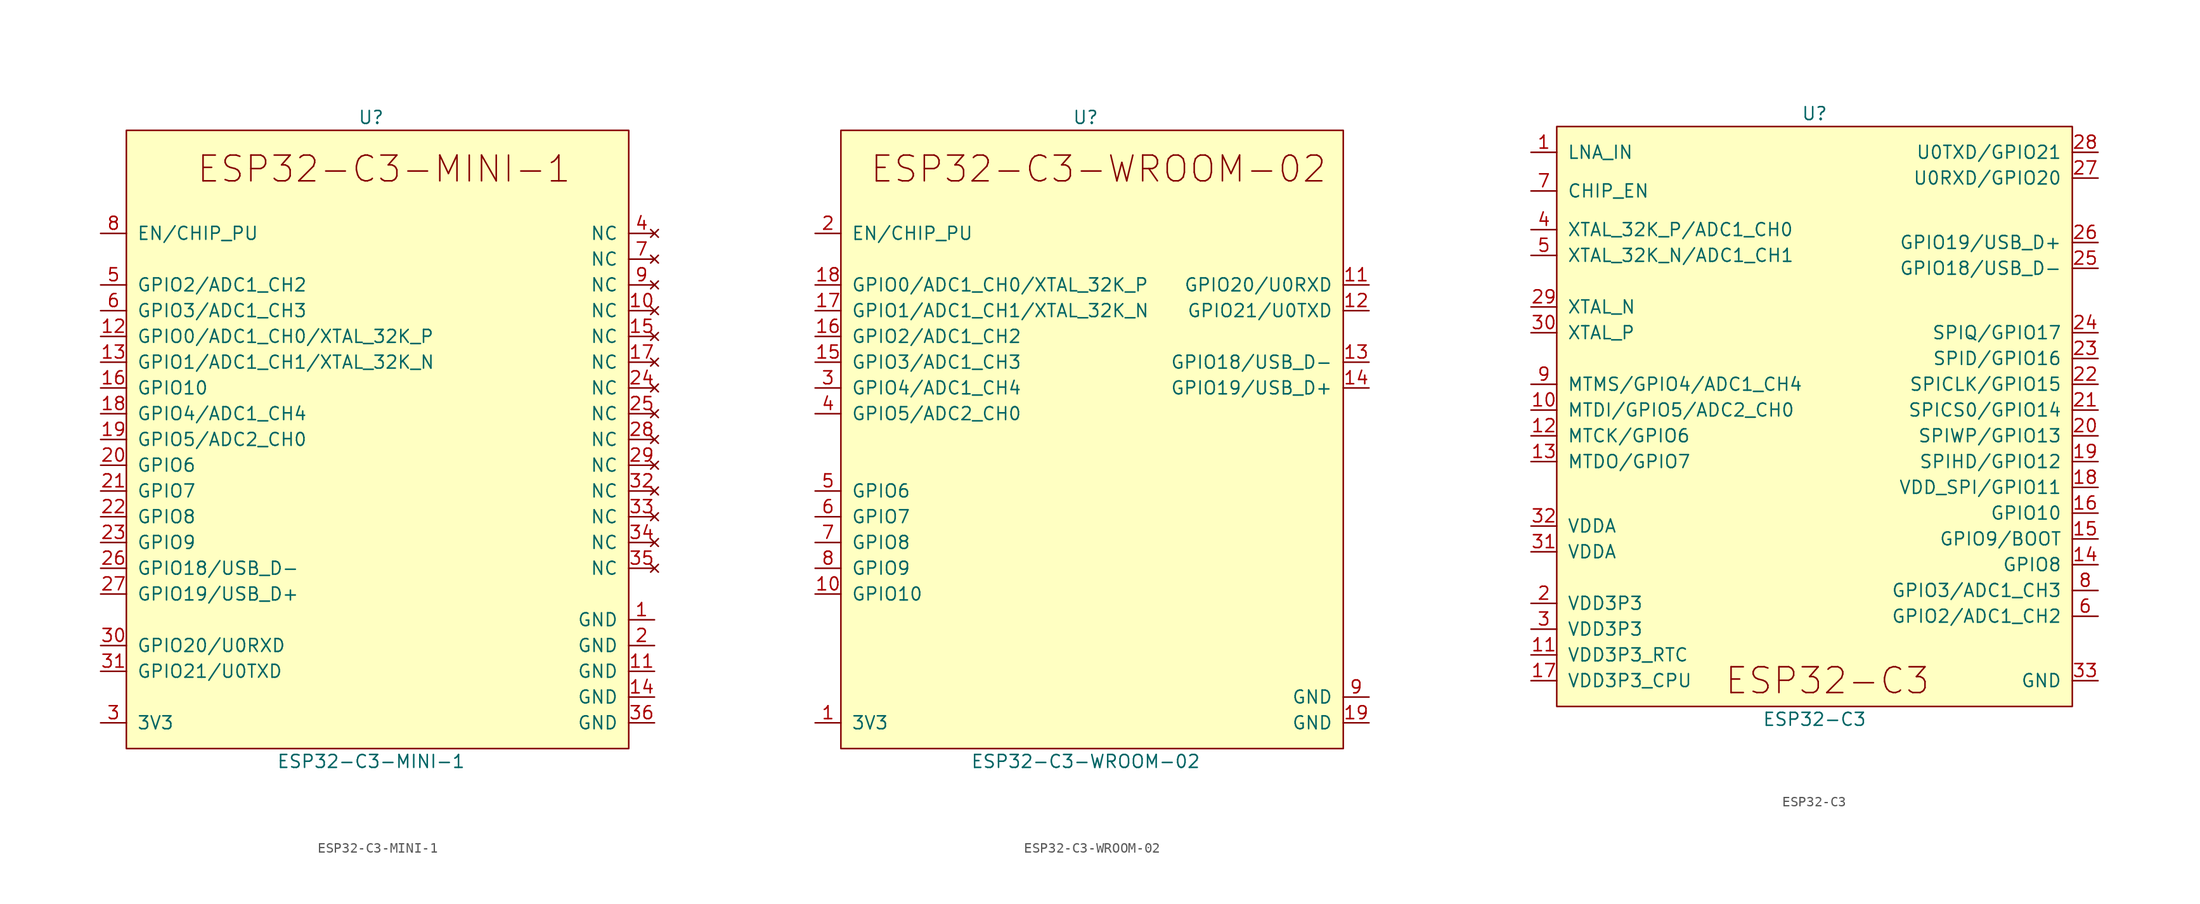
<source format=kicad_sym>
(kicad_symbol_lib
  (version 20220914)
  (generator kicad_symbol_editor)
  (symbol "ESP32-C3-MINI-1"
    (pin_names
      (offset 1.016))
    (property "Reference" "U"
      (at 0 33.02 0)
      (effects (font (size 1.27 1.27))))
    (property "Value" "ESP32-C3-MINI-1"
      (at 0 -30.48 0)
      (effects (font (size 1.27 1.27))))
    (symbol "ESP32-C3-MINI-1_0_0"
      (text "ESP32-C3-MINI-1" (at 1.27 27.94 0) (effects (font (size 2.54 2.54)))))
    (symbol "ESP32-C3-MINI-1_0_1"
      (rectangle (start -24.13 31.75) (end 25.4 -29.21) (stroke (width 0) (type default)) (fill (type background))))
    (symbol "ESP32-C3-MINI-1_1_1"
      (pin power_in line (at 27.94 -16.51 180) (length 2.54) (name "GND" (effects (font (size 1.27 1.27)))) (number "1" (effects (font (size 1.27 1.27)))))
      (pin no_connect line (at 27.94 13.97 180) (length 2.54) (name "NC" (effects (font (size 1.27 1.27)))) (number "10" (effects (font (size 1.27 1.27)))))
      (pin power_in line (at 27.94 -21.59 180) (length 2.54) (name "GND" (effects (font (size 1.27 1.27)))) (number "11" (effects (font (size 1.27 1.27)))))
      (pin bidirectional line (at -26.67 11.43 0) (length 2.54) (name "GPIO0/ADC1_CH0/XTAL_32K_P" (effects (font (size 1.27 1.27)))) (number "12" (effects (font (size 1.27 1.27)))))
      (pin bidirectional line (at -26.67 8.89 0) (length 2.54) (name "GPIO1/ADC1_CH1/XTAL_32K_N" (effects (font (size 1.27 1.27)))) (number "13" (effects (font (size 1.27 1.27)))))
      (pin power_in line (at 27.94 -24.13 180) (length 2.54) (name "GND" (effects (font (size 1.27 1.27)))) (number "14" (effects (font (size 1.27 1.27)))))
      (pin no_connect line (at 27.94 11.43 180) (length 2.54) (name "NC" (effects (font (size 1.27 1.27)))) (number "15" (effects (font (size 1.27 1.27)))))
      (pin bidirectional line (at -26.67 6.35 0) (length 2.54) (name "GPIO10" (effects (font (size 1.27 1.27)))) (number "16" (effects (font (size 1.27 1.27)))))
      (pin no_connect line (at 27.94 8.89 180) (length 2.54) (name "NC" (effects (font (size 1.27 1.27)))) (number "17" (effects (font (size 1.27 1.27)))))
      (pin bidirectional line (at -26.67 3.81 0) (length 2.54) (name "GPIO4/ADC1_CH4" (effects (font (size 1.27 1.27)))) (number "18" (effects (font (size 1.27 1.27)))))
      (pin bidirectional line (at -26.67 1.27 0) (length 2.54) (name "GPIO5/ADC2_CH0" (effects (font (size 1.27 1.27)))) (number "19" (effects (font (size 1.27 1.27)))))
      (pin power_in line (at 27.94 -19.05 180) (length 2.54) (name "GND" (effects (font (size 1.27 1.27)))) (number "2" (effects (font (size 1.27 1.27)))))
      (pin bidirectional line (at -26.67 -1.27 0) (length 2.54) (name "GPIO6" (effects (font (size 1.27 1.27)))) (number "20" (effects (font (size 1.27 1.27)))))
      (pin bidirectional line (at -26.67 -3.81 0) (length 2.54) (name "GPIO7" (effects (font (size 1.27 1.27)))) (number "21" (effects (font (size 1.27 1.27)))))
      (pin bidirectional line (at -26.67 -6.35 0) (length 2.54) (name "GPIO8" (effects (font (size 1.27 1.27)))) (number "22" (effects (font (size 1.27 1.27)))))
      (pin bidirectional line (at -26.67 -8.89 0) (length 2.54) (name "GPIO9" (effects (font (size 1.27 1.27)))) (number "23" (effects (font (size 1.27 1.27)))))
      (pin no_connect line (at 27.94 6.35 180) (length 2.54) (name "NC" (effects (font (size 1.27 1.27)))) (number "24" (effects (font (size 1.27 1.27)))))
      (pin no_connect line (at 27.94 3.81 180) (length 2.54) (name "NC" (effects (font (size 1.27 1.27)))) (number "25" (effects (font (size 1.27 1.27)))))
      (pin bidirectional line (at -26.67 -11.43 0) (length 2.54) (name "GPIO18/USB_D-" (effects (font (size 1.27 1.27)))) (number "26" (effects (font (size 1.27 1.27)))))
      (pin bidirectional line (at -26.67 -13.97 0) (length 2.54) (name "GPIO19/USB_D+" (effects (font (size 1.27 1.27)))) (number "27" (effects (font (size 1.27 1.27)))))
      (pin no_connect line (at 27.94 1.27 180) (length 2.54) (name "NC" (effects (font (size 1.27 1.27)))) (number "28" (effects (font (size 1.27 1.27)))))
      (pin no_connect line (at 27.94 -1.27 180) (length 2.54) (name "NC" (effects (font (size 1.27 1.27)))) (number "29" (effects (font (size 1.27 1.27)))))
      (pin power_in line (at -26.67 -26.67 0) (length 2.54) (name "3V3" (effects (font (size 1.27 1.27)))) (number "3" (effects (font (size 1.27 1.27)))))
      (pin bidirectional line (at -26.67 -19.05 0) (length 2.54) (name "GPIO20/U0RXD" (effects (font (size 1.27 1.27)))) (number "30" (effects (font (size 1.27 1.27)))))
      (pin bidirectional line (at -26.67 -21.59 0) (length 2.54) (name "GPIO21/U0TXD" (effects (font (size 1.27 1.27)))) (number "31" (effects (font (size 1.27 1.27)))))
      (pin no_connect line (at 27.94 -3.81 180) (length 2.54) (name "NC" (effects (font (size 1.27 1.27)))) (number "32" (effects (font (size 1.27 1.27)))))
      (pin no_connect line (at 27.94 -6.35 180) (length 2.54) (name "NC" (effects (font (size 1.27 1.27)))) (number "33" (effects (font (size 1.27 1.27)))))
      (pin no_connect line (at 27.94 -8.89 180) (length 2.54) (name "NC" (effects (font (size 1.27 1.27)))) (number "34" (effects (font (size 1.27 1.27)))))
      (pin no_connect line (at 27.94 -11.43 180) (length 2.54) (name "NC" (effects (font (size 1.27 1.27)))) (number "35" (effects (font (size 1.27 1.27)))))
      (pin power_in line (at 27.94 -26.67 180) (length 2.54) (name "GND" (effects (font (size 1.27 1.27)))) (number "36" (effects (font (size 1.27 1.27)))))
      (pin no_connect line (at 27.94 21.59 180) (length 2.54) (name "NC" (effects (font (size 1.27 1.27)))) (number "4" (effects (font (size 1.27 1.27)))))
      (pin bidirectional line (at -26.67 16.51 0) (length 2.54) (name "GPIO2/ADC1_CH2" (effects (font (size 1.27 1.27)))) (number "5" (effects (font (size 1.27 1.27)))))
      (pin bidirectional line (at -26.67 13.97 0) (length 2.54) (name "GPIO3/ADC1_CH3" (effects (font (size 1.27 1.27)))) (number "6" (effects (font (size 1.27 1.27)))))
      (pin no_connect line (at 27.94 19.05 180) (length 2.54) (name "NC" (effects (font (size 1.27 1.27)))) (number "7" (effects (font (size 1.27 1.27)))))
      (pin input line (at -26.67 21.59 0) (length 2.54) (name "EN/CHIP_PU" (effects (font (size 1.27 1.27)))) (number "8" (effects (font (size 1.27 1.27)))))
      (pin no_connect line (at 27.94 16.51 180) (length 2.54) (name "NC" (effects (font (size 1.27 1.27)))) (number "9" (effects (font (size 1.27 1.27)))))))
  (symbol "ESP32-C3-WROOM-02"
    (pin_names
      (offset 1.016))
    (property "Reference" "U"
      (at 0 33.02 0)
      (effects (font (size 1.27 1.27))))
    (property "Value" "ESP32-C3-WROOM-02"
      (at 0 -30.48 0)
      (effects (font (size 1.27 1.27))))
    (symbol "ESP32-C3-WROOM-02_0_0"
      (text "ESP32-C3-WROOM-02" (at 1.27 27.94 0) (effects (font (size 2.54 2.54)))))
    (symbol "ESP32-C3-WROOM-02_0_1"
      (rectangle (start -24.13 31.75) (end 25.4 -29.21) (stroke (width 0) (type default)) (fill (type background))))
    (symbol "ESP32-C3-WROOM-02_1_1"
      (pin power_in line (at -26.67 -26.67 0) (length 2.54) (name "3V3" (effects (font (size 1.27 1.27)))) (number "1" (effects (font (size 1.27 1.27)))))
      (pin bidirectional line (at -26.67 -13.97 0) (length 2.54) (name "GPIO10" (effects (font (size 1.27 1.27)))) (number "10" (effects (font (size 1.27 1.27)))))
      (pin bidirectional line (at 27.94 16.51 180) (length 2.54) (name "GPIO20/U0RXD" (effects (font (size 1.27 1.27)))) (number "11" (effects (font (size 1.27 1.27)))))
      (pin bidirectional line (at 27.94 13.97 180) (length 2.54) (name "GPIO21/U0TXD" (effects (font (size 1.27 1.27)))) (number "12" (effects (font (size 1.27 1.27)))))
      (pin bidirectional line (at 27.94 8.89 180) (length 2.54) (name "GPIO18/USB_D-" (effects (font (size 1.27 1.27)))) (number "13" (effects (font (size 1.27 1.27)))))
      (pin bidirectional line (at 27.94 6.35 180) (length 2.54) (name "GPIO19/USB_D+" (effects (font (size 1.27 1.27)))) (number "14" (effects (font (size 1.27 1.27)))))
      (pin bidirectional line (at -26.67 8.89 0) (length 2.54) (name "GPIO3/ADC1_CH3" (effects (font (size 1.27 1.27)))) (number "15" (effects (font (size 1.27 1.27)))))
      (pin bidirectional line (at -26.67 11.43 0) (length 2.54) (name "GPIO2/ADC1_CH2" (effects (font (size 1.27 1.27)))) (number "16" (effects (font (size 1.27 1.27)))))
      (pin bidirectional line (at -26.67 13.97 0) (length 2.54) (name "GPIO1/ADC1_CH1/XTAL_32K_N" (effects (font (size 1.27 1.27)))) (number "17" (effects (font (size 1.27 1.27)))))
      (pin bidirectional line (at -26.67 16.51 0) (length 2.54) (name "GPIO0/ADC1_CH0/XTAL_32K_P" (effects (font (size 1.27 1.27)))) (number "18" (effects (font (size 1.27 1.27)))))
      (pin power_in line (at 27.94 -26.67 180) (length 2.54) (name "GND" (effects (font (size 1.27 1.27)))) (number "19" (effects (font (size 1.27 1.27)))))
      (pin input line (at -26.67 21.59 0) (length 2.54) (name "EN/CHIP_PU" (effects (font (size 1.27 1.27)))) (number "2" (effects (font (size 1.27 1.27)))))
      (pin bidirectional line (at -26.67 6.35 0) (length 2.54) (name "GPIO4/ADC1_CH4" (effects (font (size 1.27 1.27)))) (number "3" (effects (font (size 1.27 1.27)))))
      (pin bidirectional line (at -26.67 3.81 0) (length 2.54) (name "GPIO5/ADC2_CH0" (effects (font (size 1.27 1.27)))) (number "4" (effects (font (size 1.27 1.27)))))
      (pin bidirectional line (at -26.67 -3.81 0) (length 2.54) (name "GPIO6" (effects (font (size 1.27 1.27)))) (number "5" (effects (font (size 1.27 1.27)))))
      (pin bidirectional line (at -26.67 -6.35 0) (length 2.54) (name "GPIO7" (effects (font (size 1.27 1.27)))) (number "6" (effects (font (size 1.27 1.27)))))
      (pin bidirectional line (at -26.67 -8.89 0) (length 2.54) (name "GPIO8" (effects (font (size 1.27 1.27)))) (number "7" (effects (font (size 1.27 1.27)))))
      (pin bidirectional line (at -26.67 -11.43 0) (length 2.54) (name "GPIO9" (effects (font (size 1.27 1.27)))) (number "8" (effects (font (size 1.27 1.27)))))
      (pin power_in line (at 27.94 -24.13 180) (length 2.54) (name "GND" (effects (font (size 1.27 1.27)))) (number "9" (effects (font (size 1.27 1.27)))))))
  (symbol "ESP32-C3"
    (pin_names
      (offset 1.016))
    (property "Reference" "U"
      (at 0 31.75 0)
      (effects (font (size 1.27 1.27))))
    (property "Value" "ESP32-C3"
      (at 0 -27.94 0)
      (effects (font (size 1.27 1.27))))
    (symbol "ESP32-C3_0_0"
      (text "ESP32-C3" (at 1.27 -24.13 0) (effects (font (size 2.54 2.54))))
      (pin bidirectional line (at -27.94 27.94 0) (length 2.54) (name "LNA_IN" (effects (font (size 1.27 1.27)))) (number "1" (effects (font (size 1.27 1.27)))))
      (pin bidirectional line (at -27.94 2.54 0) (length 2.54) (name "MTDI/GPIO5/ADC2_CH0" (effects (font (size 1.27 1.27)))) (number "10" (effects (font (size 1.27 1.27)))))
      (pin power_in line (at -27.94 -21.59 0) (length 2.54) (name "VDD3P3_RTC" (effects (font (size 1.27 1.27)))) (number "11" (effects (font (size 1.27 1.27)))))
      (pin bidirectional line (at -27.94 0 0) (length 2.54) (name "MTCK/GPIO6" (effects (font (size 1.27 1.27)))) (number "12" (effects (font (size 1.27 1.27)))))
      (pin bidirectional line (at -27.94 -2.54 0) (length 2.54) (name "MTDO/GPIO7" (effects (font (size 1.27 1.27)))) (number "13" (effects (font (size 1.27 1.27)))))
      (pin bidirectional line (at 27.94 -12.7 180) (length 2.54) (name "GPIO8" (effects (font (size 1.27 1.27)))) (number "14" (effects (font (size 1.27 1.27)))))
      (pin bidirectional line (at 27.94 -10.16 180) (length 2.54) (name "GPIO9/BOOT" (effects (font (size 1.27 1.27)))) (number "15" (effects (font (size 1.27 1.27)))))
      (pin bidirectional line (at 27.94 -7.62 180) (length 2.54) (name "GPIO10" (effects (font (size 1.27 1.27)))) (number "16" (effects (font (size 1.27 1.27)))))
      (pin power_in line (at -27.94 -24.13 0) (length 2.54) (name "VDD3P3_CPU" (effects (font (size 1.27 1.27)))) (number "17" (effects (font (size 1.27 1.27)))))
      (pin bidirectional line (at 27.94 -5.08 180) (length 2.54) (name "VDD_SPI/GPIO11" (effects (font (size 1.27 1.27)))) (number "18" (effects (font (size 1.27 1.27)))))
      (pin bidirectional line (at 27.94 -2.54 180) (length 2.54) (name "SPIHD/GPIO12" (effects (font (size 1.27 1.27)))) (number "19" (effects (font (size 1.27 1.27)))))
      (pin power_in line (at -27.94 -16.51 0) (length 2.54) (name "VDD3P3" (effects (font (size 1.27 1.27)))) (number "2" (effects (font (size 1.27 1.27)))))
      (pin bidirectional line (at 27.94 0 180) (length 2.54) (name "SPIWP/GPIO13" (effects (font (size 1.27 1.27)))) (number "20" (effects (font (size 1.27 1.27)))))
      (pin bidirectional line (at 27.94 2.54 180) (length 2.54) (name "SPICS0/GPIO14" (effects (font (size 1.27 1.27)))) (number "21" (effects (font (size 1.27 1.27)))))
      (pin bidirectional line (at 27.94 5.08 180) (length 2.54) (name "SPICLK/GPIO15" (effects (font (size 1.27 1.27)))) (number "22" (effects (font (size 1.27 1.27)))))
      (pin bidirectional line (at 27.94 7.62 180) (length 2.54) (name "SPID/GPIO16" (effects (font (size 1.27 1.27)))) (number "23" (effects (font (size 1.27 1.27)))))
      (pin bidirectional line (at 27.94 10.16 180) (length 2.54) (name "SPIQ/GPIO17" (effects (font (size 1.27 1.27)))) (number "24" (effects (font (size 1.27 1.27)))))
      (pin bidirectional line (at 27.94 16.51 180) (length 2.54) (name "GPIO18/USB_D-" (effects (font (size 1.27 1.27)))) (number "25" (effects (font (size 1.27 1.27)))))
      (pin bidirectional line (at 27.94 19.05 180) (length 2.54) (name "GPIO19/USB_D+" (effects (font (size 1.27 1.27)))) (number "26" (effects (font (size 1.27 1.27)))))
      (pin bidirectional line (at 27.94 25.4 180) (length 2.54) (name "U0RXD/GPIO20" (effects (font (size 1.27 1.27)))) (number "27" (effects (font (size 1.27 1.27)))))
      (pin bidirectional line (at 27.94 27.94 180) (length 2.54) (name "U0TXD/GPIO21" (effects (font (size 1.27 1.27)))) (number "28" (effects (font (size 1.27 1.27)))))
      (pin output line (at -27.94 12.7 0) (length 2.54) (name "XTAL_N" (effects (font (size 1.27 1.27)))) (number "29" (effects (font (size 1.27 1.27)))))
      (pin power_in line (at -27.94 -19.05 0) (length 2.54) (name "VDD3P3" (effects (font (size 1.27 1.27)))) (number "3" (effects (font (size 1.27 1.27)))))
      (pin input line (at -27.94 10.16 0) (length 2.54) (name "XTAL_P" (effects (font (size 1.27 1.27)))) (number "30" (effects (font (size 1.27 1.27)))))
      (pin power_in line (at -27.94 -11.43 0) (length 2.54) (name "VDDA" (effects (font (size 1.27 1.27)))) (number "31" (effects (font (size 1.27 1.27)))))
      (pin power_in line (at -27.94 -8.89 0) (length 2.54) (name "VDDA" (effects (font (size 1.27 1.27)))) (number "32" (effects (font (size 1.27 1.27)))))
      (pin power_in line (at 27.94 -24.13 180) (length 2.54) (name "GND" (effects (font (size 1.27 1.27)))) (number "33" (effects (font (size 1.27 1.27)))))
      (pin output line (at -27.94 20.32 0) (length 2.54) (name "XTAL_32K_P/ADC1_CH0" (effects (font (size 1.27 1.27)))) (number "4" (effects (font (size 1.27 1.27)))))
      (pin input line (at -27.94 17.78 0) (length 2.54) (name "XTAL_32K_N/ADC1_CH1" (effects (font (size 1.27 1.27)))) (number "5" (effects (font (size 1.27 1.27)))))
      (pin bidirectional line (at 27.94 -17.78 180) (length 2.54) (name "GPIO2/ADC1_CH2" (effects (font (size 1.27 1.27)))) (number "6" (effects (font (size 1.27 1.27)))))
      (pin input line (at -27.94 24.13 0) (length 2.54) (name "CHIP_EN" (effects (font (size 1.27 1.27)))) (number "7" (effects (font (size 1.27 1.27)))))
      (pin bidirectional line (at 27.94 -15.24 180) (length 2.54) (name "GPIO3/ADC1_CH3" (effects (font (size 1.27 1.27)))) (number "8" (effects (font (size 1.27 1.27)))))
      (pin bidirectional line (at -27.94 5.08 0) (length 2.54) (name "MTMS/GPIO4/ADC1_CH4" (effects (font (size 1.27 1.27)))) (number "9" (effects (font (size 1.27 1.27))))))
    (symbol "ESP32-C3_0_1"
      (rectangle (start -25.4 30.48) (end 25.4 -26.67) (stroke (width 0) (type default)) (fill (type background))))))
</source>
